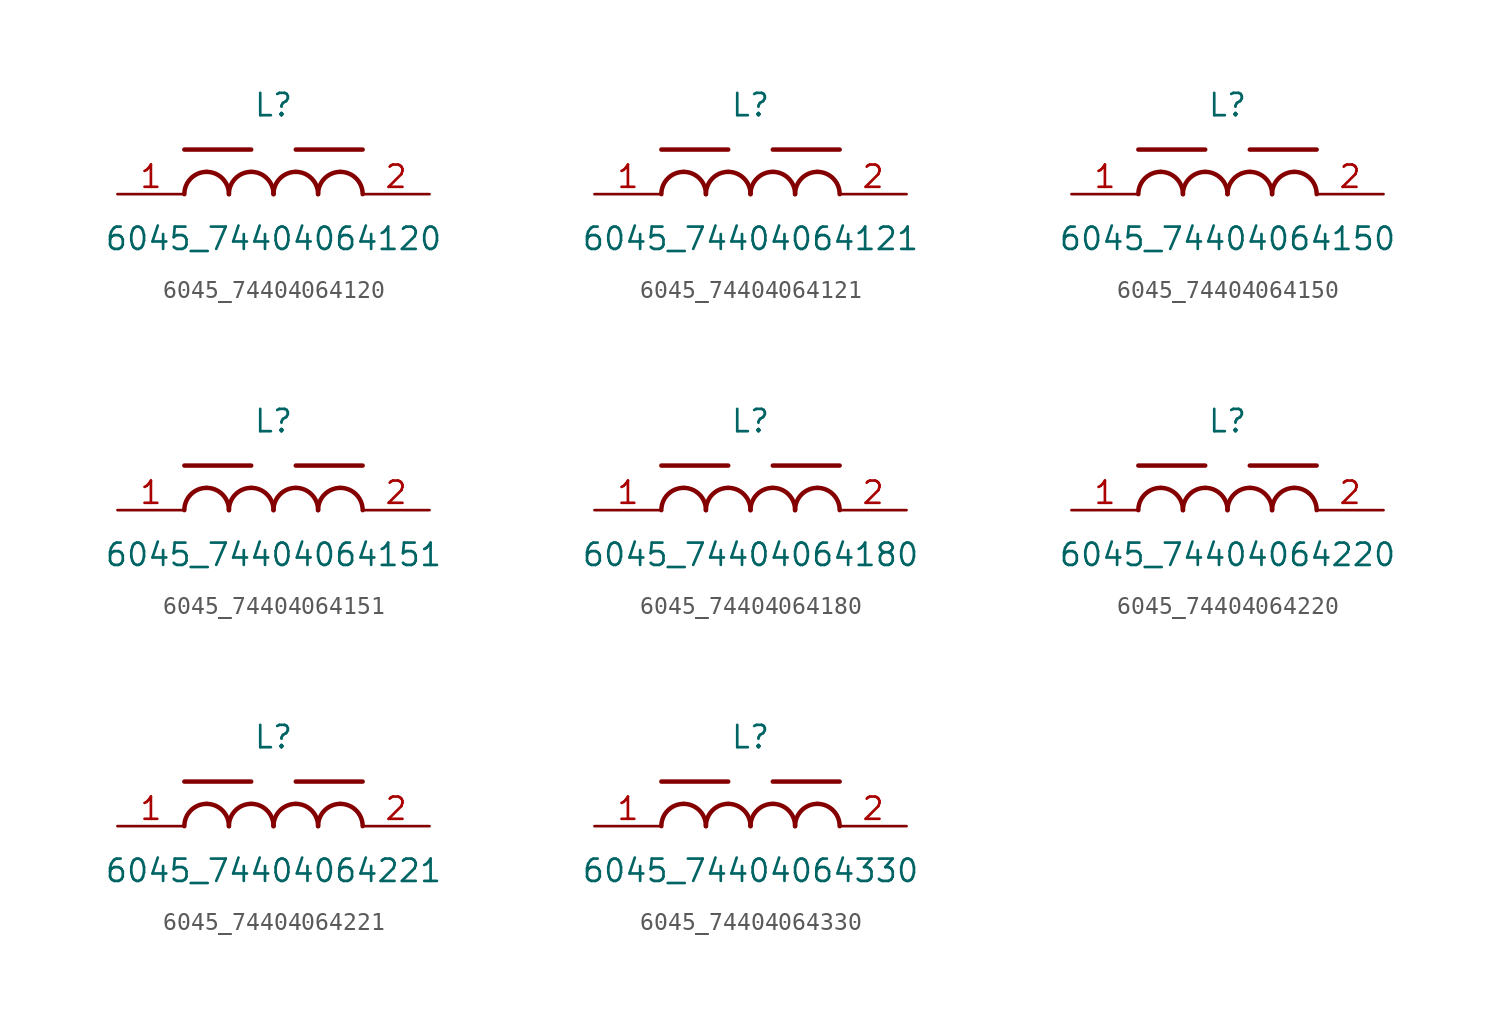
<source format=kicad_sym>
(kicad_symbol_lib
  (version 20211014)
  (generator kicad_symbol_editor)
  (symbol "Inductor_Wurth_WE-LQS:6045_74404064120"
    (pin_names hide)
    (property "Reference" "L"
      (at 0 5.08 0)
      (effects (font (size 1.27 1.27))))
    (property "Value" "6045_74404064120"
      (at 0 -2.54 0)
      (effects (font (size 1.27 1.27))))
    (symbol "6045_74404064120_0_1"
      (arc (start -3.81 1.27) (mid -4.708 0.898) (end -5.08 0) (stroke (width 0.254) (type default) (color 0 0 0 0)) (fill (type none)))
      (arc (start -2.54 0) (mid -2.912 0.898) (end -3.81 1.27) (stroke (width 0.254) (type default) (color 0 0 0 0)) (fill (type none)))
      (arc (start -1.2699 1.2701) (mid -2.1679 0.8981) (end -2.5399 0.0001) (stroke (width 0.254) (type default) (color 0 0 0 0)) (fill (type none)))
      (polyline (pts (xy -5.08 2.54) (xy -1.27 2.54)) (stroke (width 0.254) (type default) (color 0 0 0 0)) (fill (type none)))
      (polyline (pts (xy 5.08 2.54) (xy 1.27 2.54)) (stroke (width 0.254) (type default) (color 0 0 0 0)) (fill (type none)))
      (arc (start 0.0001 0.0001) (mid -0.3719 0.8981) (end -1.2699 1.2701) (stroke (width 0.254) (type default) (color 0 0 0 0)) (fill (type none)))
      (arc (start 1.2701 1.2701) (mid 0.3721 0.8981) (end 0.0001 0.0001) (stroke (width 0.254) (type default) (color 0 0 0 0)) (fill (type none)))
      (arc (start 2.5401 0.0001) (mid 2.1681 0.8981) (end 1.2701 1.2701) (stroke (width 0.254) (type default) (color 0 0 0 0)) (fill (type none)))
      (arc (start 3.8101 1.2701) (mid 2.9121 0.8981) (end 2.5401 0.0001) (stroke (width 0.254) (type default) (color 0 0 0 0)) (fill (type none)))
      (arc (start 5.0801 0.0001) (mid 4.7081 0.8981) (end 3.8101 1.2701) (stroke (width 0.254) (type default) (color 0 0 0 0)) (fill (type none))))
    (symbol "6045_74404064120_1_1"
      (pin passive line (at -8.89 0 0) (length 3.81) (name "1" (effects (font (size 1.27 1.27)))) (number "1" (effects (font (size 1.27 1.27)))))
      (pin passive line (at 8.89 0 180) (length 3.81) (name "2" (effects (font (size 1.27 1.27)))) (number "2" (effects (font (size 1.27 1.27)))))))
  (symbol "Inductor_Wurth_WE-LQS:6045_74404064121"
    (pin_names hide)
    (property "Reference" "L"
      (at 0 5.08 0)
      (effects (font (size 1.27 1.27))))
    (property "Value" "6045_74404064121"
      (at 0 -2.54 0)
      (effects (font (size 1.27 1.27))))
    (symbol "6045_74404064121_0_1"
      (arc (start -3.81 1.27) (mid -4.708 0.898) (end -5.08 0) (stroke (width 0.254) (type default) (color 0 0 0 0)) (fill (type none)))
      (arc (start -2.54 0) (mid -2.912 0.898) (end -3.81 1.27) (stroke (width 0.254) (type default) (color 0 0 0 0)) (fill (type none)))
      (arc (start -1.2699 1.2701) (mid -2.1679 0.8981) (end -2.5399 0.0001) (stroke (width 0.254) (type default) (color 0 0 0 0)) (fill (type none)))
      (polyline (pts (xy -5.08 2.54) (xy -1.27 2.54)) (stroke (width 0.254) (type default) (color 0 0 0 0)) (fill (type none)))
      (polyline (pts (xy 5.08 2.54) (xy 1.27 2.54)) (stroke (width 0.254) (type default) (color 0 0 0 0)) (fill (type none)))
      (arc (start 0.0001 0.0001) (mid -0.3719 0.8981) (end -1.2699 1.2701) (stroke (width 0.254) (type default) (color 0 0 0 0)) (fill (type none)))
      (arc (start 1.2701 1.2701) (mid 0.3721 0.8981) (end 0.0001 0.0001) (stroke (width 0.254) (type default) (color 0 0 0 0)) (fill (type none)))
      (arc (start 2.5401 0.0001) (mid 2.1681 0.8981) (end 1.2701 1.2701) (stroke (width 0.254) (type default) (color 0 0 0 0)) (fill (type none)))
      (arc (start 3.8101 1.2701) (mid 2.9121 0.8981) (end 2.5401 0.0001) (stroke (width 0.254) (type default) (color 0 0 0 0)) (fill (type none)))
      (arc (start 5.0801 0.0001) (mid 4.7081 0.8981) (end 3.8101 1.2701) (stroke (width 0.254) (type default) (color 0 0 0 0)) (fill (type none))))
    (symbol "6045_74404064121_1_1"
      (pin passive line (at -8.89 0 0) (length 3.81) (name "1" (effects (font (size 1.27 1.27)))) (number "1" (effects (font (size 1.27 1.27)))))
      (pin passive line (at 8.89 0 180) (length 3.81) (name "2" (effects (font (size 1.27 1.27)))) (number "2" (effects (font (size 1.27 1.27)))))))
  (symbol "Inductor_Wurth_WE-LQS:6045_74404064150"
    (pin_names hide)
    (property "Reference" "L"
      (at 0 5.08 0)
      (effects (font (size 1.27 1.27))))
    (property "Value" "6045_74404064150"
      (at 0 -2.54 0)
      (effects (font (size 1.27 1.27))))
    (symbol "6045_74404064150_0_1"
      (arc (start -3.81 1.27) (mid -4.708 0.898) (end -5.08 0) (stroke (width 0.254) (type default) (color 0 0 0 0)) (fill (type none)))
      (arc (start -2.54 0) (mid -2.912 0.898) (end -3.81 1.27) (stroke (width 0.254) (type default) (color 0 0 0 0)) (fill (type none)))
      (arc (start -1.2699 1.2701) (mid -2.1679 0.8981) (end -2.5399 0.0001) (stroke (width 0.254) (type default) (color 0 0 0 0)) (fill (type none)))
      (polyline (pts (xy -5.08 2.54) (xy -1.27 2.54)) (stroke (width 0.254) (type default) (color 0 0 0 0)) (fill (type none)))
      (polyline (pts (xy 5.08 2.54) (xy 1.27 2.54)) (stroke (width 0.254) (type default) (color 0 0 0 0)) (fill (type none)))
      (arc (start 0.0001 0.0001) (mid -0.3719 0.8981) (end -1.2699 1.2701) (stroke (width 0.254) (type default) (color 0 0 0 0)) (fill (type none)))
      (arc (start 1.2701 1.2701) (mid 0.3721 0.8981) (end 0.0001 0.0001) (stroke (width 0.254) (type default) (color 0 0 0 0)) (fill (type none)))
      (arc (start 2.5401 0.0001) (mid 2.1681 0.8981) (end 1.2701 1.2701) (stroke (width 0.254) (type default) (color 0 0 0 0)) (fill (type none)))
      (arc (start 3.8101 1.2701) (mid 2.9121 0.8981) (end 2.5401 0.0001) (stroke (width 0.254) (type default) (color 0 0 0 0)) (fill (type none)))
      (arc (start 5.0801 0.0001) (mid 4.7081 0.8981) (end 3.8101 1.2701) (stroke (width 0.254) (type default) (color 0 0 0 0)) (fill (type none))))
    (symbol "6045_74404064150_1_1"
      (pin passive line (at -8.89 0 0) (length 3.81) (name "1" (effects (font (size 1.27 1.27)))) (number "1" (effects (font (size 1.27 1.27)))))
      (pin passive line (at 8.89 0 180) (length 3.81) (name "2" (effects (font (size 1.27 1.27)))) (number "2" (effects (font (size 1.27 1.27)))))))
  (symbol "Inductor_Wurth_WE-LQS:6045_74404064151"
    (pin_names hide)
    (property "Reference" "L"
      (at 0 5.08 0)
      (effects (font (size 1.27 1.27))))
    (property "Value" "6045_74404064151"
      (at 0 -2.54 0)
      (effects (font (size 1.27 1.27))))
    (symbol "6045_74404064151_0_1"
      (arc (start -3.81 1.27) (mid -4.708 0.898) (end -5.08 0) (stroke (width 0.254) (type default) (color 0 0 0 0)) (fill (type none)))
      (arc (start -2.54 0) (mid -2.912 0.898) (end -3.81 1.27) (stroke (width 0.254) (type default) (color 0 0 0 0)) (fill (type none)))
      (arc (start -1.2699 1.2701) (mid -2.1679 0.8981) (end -2.5399 0.0001) (stroke (width 0.254) (type default) (color 0 0 0 0)) (fill (type none)))
      (polyline (pts (xy -5.08 2.54) (xy -1.27 2.54)) (stroke (width 0.254) (type default) (color 0 0 0 0)) (fill (type none)))
      (polyline (pts (xy 5.08 2.54) (xy 1.27 2.54)) (stroke (width 0.254) (type default) (color 0 0 0 0)) (fill (type none)))
      (arc (start 0.0001 0.0001) (mid -0.3719 0.8981) (end -1.2699 1.2701) (stroke (width 0.254) (type default) (color 0 0 0 0)) (fill (type none)))
      (arc (start 1.2701 1.2701) (mid 0.3721 0.8981) (end 0.0001 0.0001) (stroke (width 0.254) (type default) (color 0 0 0 0)) (fill (type none)))
      (arc (start 2.5401 0.0001) (mid 2.1681 0.8981) (end 1.2701 1.2701) (stroke (width 0.254) (type default) (color 0 0 0 0)) (fill (type none)))
      (arc (start 3.8101 1.2701) (mid 2.9121 0.8981) (end 2.5401 0.0001) (stroke (width 0.254) (type default) (color 0 0 0 0)) (fill (type none)))
      (arc (start 5.0801 0.0001) (mid 4.7081 0.8981) (end 3.8101 1.2701) (stroke (width 0.254) (type default) (color 0 0 0 0)) (fill (type none))))
    (symbol "6045_74404064151_1_1"
      (pin passive line (at -8.89 0 0) (length 3.81) (name "1" (effects (font (size 1.27 1.27)))) (number "1" (effects (font (size 1.27 1.27)))))
      (pin passive line (at 8.89 0 180) (length 3.81) (name "2" (effects (font (size 1.27 1.27)))) (number "2" (effects (font (size 1.27 1.27)))))))
  (symbol "Inductor_Wurth_WE-LQS:6045_74404064180"
    (pin_names hide)
    (property "Reference" "L"
      (at 0 5.08 0)
      (effects (font (size 1.27 1.27))))
    (property "Value" "6045_74404064180"
      (at 0 -2.54 0)
      (effects (font (size 1.27 1.27))))
    (symbol "6045_74404064180_0_1"
      (arc (start -3.81 1.27) (mid -4.708 0.898) (end -5.08 0) (stroke (width 0.254) (type default) (color 0 0 0 0)) (fill (type none)))
      (arc (start -2.54 0) (mid -2.912 0.898) (end -3.81 1.27) (stroke (width 0.254) (type default) (color 0 0 0 0)) (fill (type none)))
      (arc (start -1.2699 1.2701) (mid -2.1679 0.8981) (end -2.5399 0.0001) (stroke (width 0.254) (type default) (color 0 0 0 0)) (fill (type none)))
      (polyline (pts (xy -5.08 2.54) (xy -1.27 2.54)) (stroke (width 0.254) (type default) (color 0 0 0 0)) (fill (type none)))
      (polyline (pts (xy 5.08 2.54) (xy 1.27 2.54)) (stroke (width 0.254) (type default) (color 0 0 0 0)) (fill (type none)))
      (arc (start 0.0001 0.0001) (mid -0.3719 0.8981) (end -1.2699 1.2701) (stroke (width 0.254) (type default) (color 0 0 0 0)) (fill (type none)))
      (arc (start 1.2701 1.2701) (mid 0.3721 0.8981) (end 0.0001 0.0001) (stroke (width 0.254) (type default) (color 0 0 0 0)) (fill (type none)))
      (arc (start 2.5401 0.0001) (mid 2.1681 0.8981) (end 1.2701 1.2701) (stroke (width 0.254) (type default) (color 0 0 0 0)) (fill (type none)))
      (arc (start 3.8101 1.2701) (mid 2.9121 0.8981) (end 2.5401 0.0001) (stroke (width 0.254) (type default) (color 0 0 0 0)) (fill (type none)))
      (arc (start 5.0801 0.0001) (mid 4.7081 0.8981) (end 3.8101 1.2701) (stroke (width 0.254) (type default) (color 0 0 0 0)) (fill (type none))))
    (symbol "6045_74404064180_1_1"
      (pin passive line (at -8.89 0 0) (length 3.81) (name "1" (effects (font (size 1.27 1.27)))) (number "1" (effects (font (size 1.27 1.27)))))
      (pin passive line (at 8.89 0 180) (length 3.81) (name "2" (effects (font (size 1.27 1.27)))) (number "2" (effects (font (size 1.27 1.27)))))))
  (symbol "Inductor_Wurth_WE-LQS:6045_74404064220"
    (pin_names hide)
    (property "Reference" "L"
      (at 0 5.08 0)
      (effects (font (size 1.27 1.27))))
    (property "Value" "6045_74404064220"
      (at 0 -2.54 0)
      (effects (font (size 1.27 1.27))))
    (symbol "6045_74404064220_0_1"
      (arc (start -3.81 1.27) (mid -4.708 0.898) (end -5.08 0) (stroke (width 0.254) (type default) (color 0 0 0 0)) (fill (type none)))
      (arc (start -2.54 0) (mid -2.912 0.898) (end -3.81 1.27) (stroke (width 0.254) (type default) (color 0 0 0 0)) (fill (type none)))
      (arc (start -1.2699 1.2701) (mid -2.1679 0.8981) (end -2.5399 0.0001) (stroke (width 0.254) (type default) (color 0 0 0 0)) (fill (type none)))
      (polyline (pts (xy -5.08 2.54) (xy -1.27 2.54)) (stroke (width 0.254) (type default) (color 0 0 0 0)) (fill (type none)))
      (polyline (pts (xy 5.08 2.54) (xy 1.27 2.54)) (stroke (width 0.254) (type default) (color 0 0 0 0)) (fill (type none)))
      (arc (start 0.0001 0.0001) (mid -0.3719 0.8981) (end -1.2699 1.2701) (stroke (width 0.254) (type default) (color 0 0 0 0)) (fill (type none)))
      (arc (start 1.2701 1.2701) (mid 0.3721 0.8981) (end 0.0001 0.0001) (stroke (width 0.254) (type default) (color 0 0 0 0)) (fill (type none)))
      (arc (start 2.5401 0.0001) (mid 2.1681 0.8981) (end 1.2701 1.2701) (stroke (width 0.254) (type default) (color 0 0 0 0)) (fill (type none)))
      (arc (start 3.8101 1.2701) (mid 2.9121 0.8981) (end 2.5401 0.0001) (stroke (width 0.254) (type default) (color 0 0 0 0)) (fill (type none)))
      (arc (start 5.0801 0.0001) (mid 4.7081 0.8981) (end 3.8101 1.2701) (stroke (width 0.254) (type default) (color 0 0 0 0)) (fill (type none))))
    (symbol "6045_74404064220_1_1"
      (pin passive line (at -8.89 0 0) (length 3.81) (name "1" (effects (font (size 1.27 1.27)))) (number "1" (effects (font (size 1.27 1.27)))))
      (pin passive line (at 8.89 0 180) (length 3.81) (name "2" (effects (font (size 1.27 1.27)))) (number "2" (effects (font (size 1.27 1.27)))))))
  (symbol "Inductor_Wurth_WE-LQS:6045_74404064221"
    (pin_names hide)
    (property "Reference" "L"
      (at 0 5.08 0)
      (effects (font (size 1.27 1.27))))
    (property "Value" "6045_74404064221"
      (at 0 -2.54 0)
      (effects (font (size 1.27 1.27))))
    (symbol "6045_74404064221_0_1"
      (arc (start -3.81 1.27) (mid -4.708 0.898) (end -5.08 0) (stroke (width 0.254) (type default) (color 0 0 0 0)) (fill (type none)))
      (arc (start -2.54 0) (mid -2.912 0.898) (end -3.81 1.27) (stroke (width 0.254) (type default) (color 0 0 0 0)) (fill (type none)))
      (arc (start -1.2699 1.2701) (mid -2.1679 0.8981) (end -2.5399 0.0001) (stroke (width 0.254) (type default) (color 0 0 0 0)) (fill (type none)))
      (polyline (pts (xy -5.08 2.54) (xy -1.27 2.54)) (stroke (width 0.254) (type default) (color 0 0 0 0)) (fill (type none)))
      (polyline (pts (xy 5.08 2.54) (xy 1.27 2.54)) (stroke (width 0.254) (type default) (color 0 0 0 0)) (fill (type none)))
      (arc (start 0.0001 0.0001) (mid -0.3719 0.8981) (end -1.2699 1.2701) (stroke (width 0.254) (type default) (color 0 0 0 0)) (fill (type none)))
      (arc (start 1.2701 1.2701) (mid 0.3721 0.8981) (end 0.0001 0.0001) (stroke (width 0.254) (type default) (color 0 0 0 0)) (fill (type none)))
      (arc (start 2.5401 0.0001) (mid 2.1681 0.8981) (end 1.2701 1.2701) (stroke (width 0.254) (type default) (color 0 0 0 0)) (fill (type none)))
      (arc (start 3.8101 1.2701) (mid 2.9121 0.8981) (end 2.5401 0.0001) (stroke (width 0.254) (type default) (color 0 0 0 0)) (fill (type none)))
      (arc (start 5.0801 0.0001) (mid 4.7081 0.8981) (end 3.8101 1.2701) (stroke (width 0.254) (type default) (color 0 0 0 0)) (fill (type none))))
    (symbol "6045_74404064221_1_1"
      (pin passive line (at -8.89 0 0) (length 3.81) (name "1" (effects (font (size 1.27 1.27)))) (number "1" (effects (font (size 1.27 1.27)))))
      (pin passive line (at 8.89 0 180) (length 3.81) (name "2" (effects (font (size 1.27 1.27)))) (number "2" (effects (font (size 1.27 1.27)))))))
  (symbol "Inductor_Wurth_WE-LQS:6045_74404064330"
    (pin_names hide)
    (property "Reference" "L"
      (at 0 5.08 0)
      (effects (font (size 1.27 1.27))))
    (property "Value" "6045_74404064330"
      (at 0 -2.54 0)
      (effects (font (size 1.27 1.27))))
    (symbol "6045_74404064330_0_1"
      (arc (start -3.81 1.27) (mid -4.708 0.898) (end -5.08 0) (stroke (width 0.254) (type default) (color 0 0 0 0)) (fill (type none)))
      (arc (start -2.54 0) (mid -2.912 0.898) (end -3.81 1.27) (stroke (width 0.254) (type default) (color 0 0 0 0)) (fill (type none)))
      (arc (start -1.2699 1.2701) (mid -2.1679 0.8981) (end -2.5399 0.0001) (stroke (width 0.254) (type default) (color 0 0 0 0)) (fill (type none)))
      (polyline (pts (xy -5.08 2.54) (xy -1.27 2.54)) (stroke (width 0.254) (type default) (color 0 0 0 0)) (fill (type none)))
      (polyline (pts (xy 5.08 2.54) (xy 1.27 2.54)) (stroke (width 0.254) (type default) (color 0 0 0 0)) (fill (type none)))
      (arc (start 0.0001 0.0001) (mid -0.3719 0.8981) (end -1.2699 1.2701) (stroke (width 0.254) (type default) (color 0 0 0 0)) (fill (type none)))
      (arc (start 1.2701 1.2701) (mid 0.3721 0.8981) (end 0.0001 0.0001) (stroke (width 0.254) (type default) (color 0 0 0 0)) (fill (type none)))
      (arc (start 2.5401 0.0001) (mid 2.1681 0.8981) (end 1.2701 1.2701) (stroke (width 0.254) (type default) (color 0 0 0 0)) (fill (type none)))
      (arc (start 3.8101 1.2701) (mid 2.9121 0.8981) (end 2.5401 0.0001) (stroke (width 0.254) (type default) (color 0 0 0 0)) (fill (type none)))
      (arc (start 5.0801 0.0001) (mid 4.7081 0.8981) (end 3.8101 1.2701) (stroke (width 0.254) (type default) (color 0 0 0 0)) (fill (type none))))
    (symbol "6045_74404064330_1_1"
      (pin passive line (at -8.89 0 0) (length 3.81) (name "1" (effects (font (size 1.27 1.27)))) (number "1" (effects (font (size 1.27 1.27)))))
      (pin passive line (at 8.89 0 180) (length 3.81) (name "2" (effects (font (size 1.27 1.27)))) (number "2" (effects (font (size 1.27 1.27))))))))
</source>
